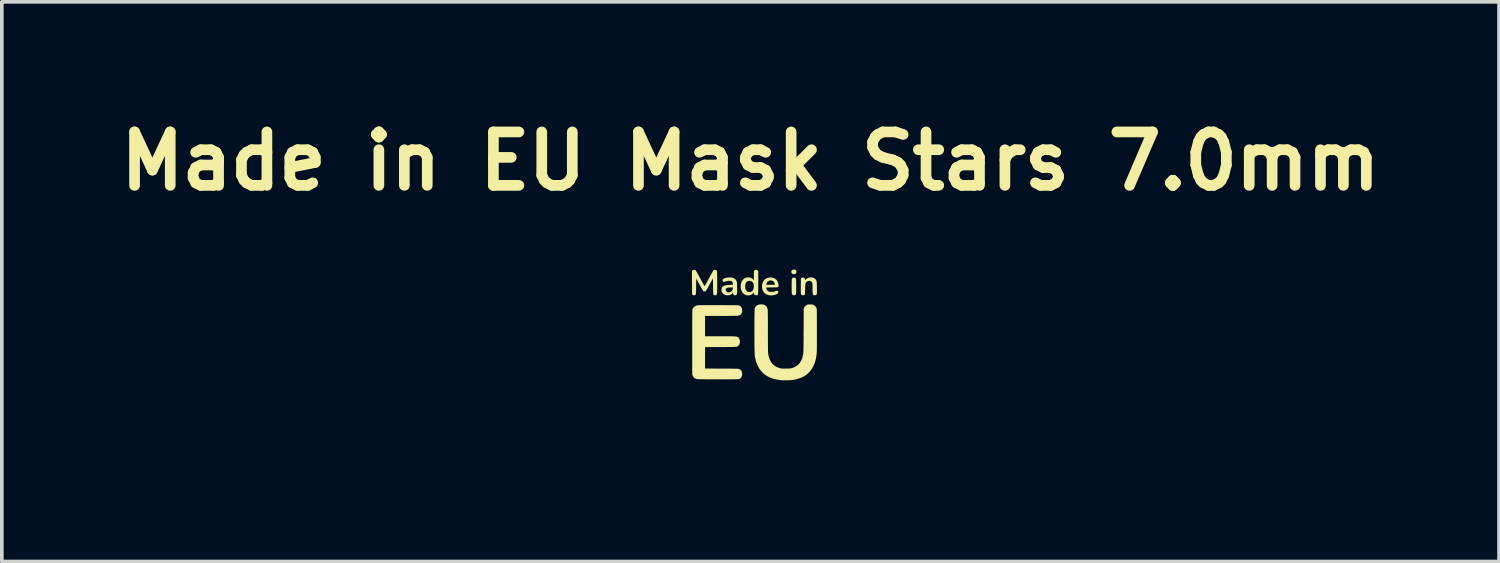
<source format=kicad_pcb>
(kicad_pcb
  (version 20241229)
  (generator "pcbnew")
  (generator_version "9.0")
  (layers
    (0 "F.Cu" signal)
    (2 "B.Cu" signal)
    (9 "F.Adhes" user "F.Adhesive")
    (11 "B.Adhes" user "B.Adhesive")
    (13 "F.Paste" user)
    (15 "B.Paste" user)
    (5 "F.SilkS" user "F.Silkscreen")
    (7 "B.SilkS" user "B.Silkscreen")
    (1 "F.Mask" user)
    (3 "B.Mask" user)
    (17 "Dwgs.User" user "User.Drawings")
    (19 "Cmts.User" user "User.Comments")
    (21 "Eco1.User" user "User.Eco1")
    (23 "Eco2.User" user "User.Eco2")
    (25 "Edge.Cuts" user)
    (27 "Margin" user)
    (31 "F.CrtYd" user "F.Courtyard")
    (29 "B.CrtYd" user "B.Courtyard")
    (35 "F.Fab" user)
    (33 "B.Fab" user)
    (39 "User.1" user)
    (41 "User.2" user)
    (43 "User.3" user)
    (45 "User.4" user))
  (footprint "Made in EU Mask Stars 7.0mm"
    (layer "F.Cu")
    (at 17.536 5.872)
    (property "Reference" "Made in EU Mask Stars 7.0mm" (at 0 -4.5 180) (layer "F.SilkS") (effects (font (size 1.466 1.466) (thickness 0.293))))
    (attr board_only exclude_from_pos_files exclude_from_bom)
    (fp_poly (pts (xy 2.573 -1.991) (xy 2.573 -1.99) (xy 2.575 -1.984) (xy 2.58 -1.968) (xy 2.588 -1.945) (xy 2.597 -1.916) (xy 2.608 -1.881) (xy 2.621 -1.842) (xy 2.635 -1.8) (xy 2.636 -1.795) (xy 2.697 -1.607) (xy 2.904 -1.605) (xy 3.111 -1.602) (xy 2.944 -1.482) (xy 2.907 -1.456) (xy 2.873 -1.432) (xy 2.843 -1.41) (xy 2.818 -1.391) (xy 2.797 -1.376) (xy 2.784 -1.366) (xy 2.777 -1.36) (xy 2.777 -1.36) (xy 2.779 -1.355) (xy 2.783 -1.34) (xy 2.79 -1.318) (xy 2.799 -1.29) (xy 2.81 -1.256) (xy 2.823 -1.217) (xy 2.836 -1.175) (xy 2.839 -1.167) (xy 2.853 -1.125) (xy 2.865 -1.085) (xy 2.876 -1.051) (xy 2.885 -1.021) (xy 2.893 -0.998) (xy 2.897 -0.982) (xy 2.899 -0.975) (xy 2.899 -0.975) (xy 2.895 -0.978) (xy 2.883 -0.986) (xy 2.864 -0.999) (xy 2.84 -1.016) (xy 2.812 -1.037) (xy 2.779 -1.06) (xy 2.743 -1.086) (xy 2.734 -1.093) (xy 2.57 -1.212) (xy 2.414 -1.098) (xy 2.371 -1.067) (xy 2.336 -1.041) (xy 2.307 -1.02) (xy 2.285 -1.004) (xy 2.268 -0.992) (xy 2.256 -0.984) (xy 2.248 -0.979) (xy 2.244 -0.977) (xy 2.242 -0.977) (xy 2.241 -0.979) (xy 2.242 -0.982) (xy 2.243 -0.983) (xy 2.259 -1.034) (xy 2.276 -1.085) (xy 2.292 -1.134) (xy 2.307 -1.181) (xy 2.32 -1.225) (xy 2.333 -1.264) (xy 2.343 -1.299) (xy 2.351 -1.327) (xy 2.357 -1.348) (xy 2.36 -1.361) (xy 2.361 -1.365) (xy 2.356 -1.368) (xy 2.343 -1.377) (xy 2.324 -1.391) (xy 2.299 -1.409) (xy 2.27 -1.43) (xy 2.237 -1.454) (xy 2.201 -1.48) (xy 2.193 -1.485) (xy 2.03 -1.602) (xy 2.237 -1.603) (xy 2.443 -1.605) (xy 2.488 -1.744) (xy 2.506 -1.801) (xy 2.522 -1.849) (xy 2.534 -1.888) (xy 2.545 -1.92) (xy 2.553 -1.945) (xy 2.56 -1.963) (xy 2.564 -1.977) (xy 2.568 -1.985) (xy 2.57 -1.99) (xy 2.572 -1.992)) (stroke (width 0) (type solid)) (fill yes) (layer "F.Mask"))
    (fp_poly (pts (xy 0.007 2.466) (xy 0.012 2.481) (xy 0.019 2.504) (xy 0.028 2.534) (xy 0.04 2.569) (xy 0.052 2.608) (xy 0.066 2.65) (xy 0.068 2.657) (xy 0.129 2.847) (xy 0.334 2.85) (xy 0.539 2.853) (xy 0.385 2.963) (xy 0.35 2.988) (xy 0.316 3.012) (xy 0.286 3.034) (xy 0.26 3.053) (xy 0.24 3.068) (xy 0.226 3.078) (xy 0.22 3.082) (xy 0.208 3.092) (xy 0.268 3.28) (xy 0.282 3.322) (xy 0.295 3.362) (xy 0.306 3.397) (xy 0.316 3.427) (xy 0.323 3.451) (xy 0.329 3.467) (xy 0.331 3.474) (xy 0.331 3.475) (xy 0.331 3.479) (xy 0.327 3.477) (xy 0.32 3.471) (xy 0.305 3.461) (xy 0.285 3.446) (xy 0.261 3.428) (xy 0.232 3.408) (xy 0.202 3.385) (xy 0.17 3.362) (xy 0.138 3.339) (xy 0.107 3.316) (xy 0.078 3.296) (xy 0.053 3.277) (xy 0.032 3.262) (xy 0.017 3.251) (xy 0.008 3.245) (xy 0.007 3.244) (xy 0.002 3.247) (xy -0.01 3.254) (xy -0.029 3.267) (xy -0.053 3.283) (xy -0.081 3.302) (xy -0.111 3.324) (xy -0.144 3.347) (xy -0.177 3.37) (xy -0.21 3.394) (xy -0.242 3.417) (xy -0.271 3.438) (xy -0.297 3.457) (xy -0.318 3.473) (xy -0.323 3.477) (xy -0.328 3.48) (xy -0.327 3.475) (xy -0.327 3.475) (xy -0.325 3.468) (xy -0.32 3.453) (xy -0.313 3.43) (xy -0.304 3.402) (xy -0.293 3.37) (xy -0.282 3.334) (xy -0.27 3.297) (xy -0.258 3.26) (xy -0.246 3.224) (xy -0.236 3.19) (xy -0.226 3.161) (xy -0.218 3.137) (xy -0.213 3.12) (xy -0.211 3.112) (xy -0.204 3.09) (xy -0.371 2.97) (xy -0.538 2.85) (xy -0.332 2.85) (xy -0.126 2.85) (xy -0.088 2.734) (xy -0.076 2.694) (xy -0.062 2.652) (xy -0.049 2.61) (xy -0.036 2.571) (xy -0.026 2.539) (xy -0.025 2.535) (xy -0.016 2.508) (xy -0.008 2.486) (xy -0.001 2.469) (xy 0.003 2.46) (xy 0.005 2.459)) (stroke (width 0) (type solid)) (fill yes) (layer "F.Mask"))
    (fp_poly (pts (xy -1.438 -2.949) (xy -1.426 -2.909) (xy -1.413 -2.869) (xy -1.4 -2.83) (xy -1.389 -2.796) (xy -1.38 -2.767) (xy -1.375 -2.752) (xy -1.354 -2.689) (xy -1.147 -2.687) (xy -0.94 -2.686) (xy -1.089 -2.579) (xy -1.124 -2.554) (xy -1.158 -2.53) (xy -1.189 -2.508) (xy -1.215 -2.489) (xy -1.236 -2.473) (xy -1.25 -2.463) (xy -1.256 -2.458) (xy -1.275 -2.444) (xy -1.214 -2.252) (xy -1.2 -2.21) (xy -1.187 -2.17) (xy -1.176 -2.135) (xy -1.167 -2.106) (xy -1.16 -2.082) (xy -1.155 -2.067) (xy -1.154 -2.06) (xy -1.154 -2.059) (xy -1.158 -2.062) (xy -1.17 -2.07) (xy -1.188 -2.083) (xy -1.213 -2.1) (xy -1.241 -2.121) (xy -1.274 -2.144) (xy -1.309 -2.17) (xy -1.313 -2.173) (xy -1.349 -2.199) (xy -1.382 -2.223) (xy -1.412 -2.245) (xy -1.437 -2.263) (xy -1.457 -2.277) (xy -1.471 -2.287) (xy -1.477 -2.291) (xy -1.477 -2.291) (xy -1.483 -2.288) (xy -1.496 -2.28) (xy -1.515 -2.268) (xy -1.54 -2.25) (xy -1.57 -2.23) (xy -1.603 -2.206) (xy -1.639 -2.18) (xy -1.645 -2.176) (xy -1.681 -2.149) (xy -1.715 -2.125) (xy -1.744 -2.104) (xy -1.77 -2.086) (xy -1.789 -2.072) (xy -1.803 -2.062) (xy -1.809 -2.058) (xy -1.809 -2.058) (xy -1.808 -2.063) (xy -1.804 -2.076) (xy -1.798 -2.098) (xy -1.789 -2.126) (xy -1.779 -2.16) (xy -1.766 -2.198) (xy -1.753 -2.24) (xy -1.75 -2.249) (xy -1.736 -2.292) (xy -1.723 -2.331) (xy -1.712 -2.367) (xy -1.703 -2.397) (xy -1.695 -2.42) (xy -1.69 -2.436) (xy -1.688 -2.443) (xy -1.688 -2.444) (xy -1.692 -2.447) (xy -1.704 -2.456) (xy -1.722 -2.47) (xy -1.746 -2.487) (xy -1.775 -2.508) (xy -1.808 -2.532) (xy -1.844 -2.558) (xy -1.855 -2.566) (xy -2.022 -2.686) (xy -1.815 -2.687) (xy -1.607 -2.689) (xy -1.558 -2.844) (xy -1.545 -2.884) (xy -1.533 -2.924) (xy -1.521 -2.96) (xy -1.511 -2.992) (xy -1.502 -3.018) (xy -1.496 -3.037) (xy -1.495 -3.04) (xy -1.481 -3.082)) (stroke (width 0) (type solid)) (fill yes) (layer "F.Mask"))
    (fp_poly (pts (xy -1.478 2.071) (xy -1.473 2.084) (xy -1.466 2.105) (xy -1.456 2.132) (xy -1.445 2.166) (xy -1.432 2.204) (xy -1.419 2.246) (xy -1.415 2.259) (xy -1.352 2.454) (xy -1.146 2.455) (xy -0.939 2.457) (xy -1.105 2.576) (xy -1.142 2.602) (xy -1.176 2.627) (xy -1.206 2.649) (xy -1.231 2.667) (xy -1.251 2.682) (xy -1.265 2.693) (xy -1.271 2.698) (xy -1.271 2.698) (xy -1.27 2.704) (xy -1.265 2.719) (xy -1.258 2.741) (xy -1.249 2.769) (xy -1.239 2.804) (xy -1.226 2.842) (xy -1.213 2.884) (xy -1.211 2.889) (xy -1.198 2.931) (xy -1.185 2.97) (xy -1.175 3.005) (xy -1.166 3.034) (xy -1.159 3.057) (xy -1.154 3.073) (xy -1.153 3.08) (xy -1.153 3.08) (xy -1.157 3.078) (xy -1.168 3.072) (xy -1.184 3.061) (xy -1.198 3.051) (xy -1.215 3.039) (xy -1.238 3.022) (xy -1.266 3.001) (xy -1.297 2.978) (xy -1.331 2.954) (xy -1.361 2.932) (xy -1.479 2.846) (xy -1.621 2.95) (xy -1.656 2.975) (xy -1.689 3) (xy -1.719 3.022) (xy -1.746 3.041) (xy -1.767 3.056) (xy -1.781 3.066) (xy -1.786 3.07) (xy -1.799 3.079) (xy -1.806 3.082) (xy -1.807 3.08) (xy -1.805 3.073) (xy -1.803 3.066) (xy -1.798 3.049) (xy -1.79 3.025) (xy -1.78 2.995) (xy -1.769 2.96) (xy -1.757 2.921) (xy -1.744 2.882) (xy -1.731 2.841) (xy -1.719 2.803) (xy -1.709 2.769) (xy -1.7 2.74) (xy -1.694 2.718) (xy -1.69 2.703) (xy -1.69 2.697) (xy -1.694 2.693) (xy -1.706 2.683) (xy -1.725 2.669) (xy -1.75 2.651) (xy -1.779 2.629) (xy -1.812 2.605) (xy -1.848 2.579) (xy -1.855 2.574) (xy -2.018 2.457) (xy -1.812 2.455) (xy -1.605 2.454) (xy -1.595 2.421) (xy -1.585 2.388) (xy -1.573 2.352) (xy -1.561 2.313) (xy -1.548 2.273) (xy -1.536 2.234) (xy -1.523 2.196) (xy -1.512 2.16) (xy -1.501 2.129) (xy -1.493 2.102) (xy -1.486 2.082) (xy -1.482 2.07) (xy -1.48 2.067)) (stroke (width 0) (type solid)) (fill yes) (layer "F.Mask"))
    (fp_poly (pts (xy 1.485 2.068) (xy 1.487 2.073) (xy 1.49 2.082) (xy 1.495 2.096) (xy 1.501 2.115) (xy 1.51 2.141) (xy 1.52 2.173) (xy 1.533 2.213) (xy 1.548 2.261) (xy 1.567 2.318) (xy 1.571 2.33) (xy 1.61 2.454) (xy 1.816 2.455) (xy 2.022 2.457) (xy 1.86 2.574) (xy 1.823 2.6) (xy 1.789 2.624) (xy 1.759 2.646) (xy 1.734 2.664) (xy 1.713 2.679) (xy 1.7 2.689) (xy 1.693 2.694) (xy 1.693 2.694) (xy 1.693 2.699) (xy 1.697 2.713) (xy 1.703 2.735) (xy 1.712 2.764) (xy 1.722 2.798) (xy 1.734 2.837) (xy 1.748 2.879) (xy 1.751 2.889) (xy 1.765 2.931) (xy 1.777 2.971) (xy 1.788 3.006) (xy 1.798 3.036) (xy 1.805 3.059) (xy 1.809 3.075) (xy 1.811 3.082) (xy 1.811 3.083) (xy 1.807 3.08) (xy 1.795 3.072) (xy 1.777 3.059) (xy 1.753 3.042) (xy 1.724 3.021) (xy 1.691 2.997) (xy 1.655 2.971) (xy 1.646 2.965) (xy 1.483 2.846) (xy 1.457 2.865) (xy 1.422 2.891) (xy 1.386 2.917) (xy 1.349 2.944) (xy 1.313 2.971) (xy 1.278 2.996) (xy 1.245 3.019) (xy 1.216 3.04) (xy 1.192 3.058) (xy 1.172 3.072) (xy 1.16 3.081) (xy 1.154 3.084) (xy 1.154 3.084) (xy 1.153 3.081) (xy 1.153 3.08) (xy 1.155 3.075) (xy 1.16 3.061) (xy 1.167 3.039) (xy 1.176 3.012) (xy 1.186 2.98) (xy 1.198 2.945) (xy 1.21 2.908) (xy 1.222 2.87) (xy 1.234 2.833) (xy 1.245 2.798) (xy 1.255 2.766) (xy 1.264 2.738) (xy 1.271 2.717) (xy 1.275 2.703) (xy 1.276 2.698) (xy 1.276 2.698) (xy 1.272 2.694) (xy 1.261 2.685) (xy 1.242 2.672) (xy 1.218 2.654) (xy 1.189 2.633) (xy 1.157 2.609) (xy 1.121 2.584) (xy 1.11 2.576) (xy 0.944 2.457) (xy 1.15 2.454) (xy 1.357 2.451) (xy 1.419 2.257) (xy 1.433 2.215) (xy 1.446 2.175) (xy 1.457 2.14) (xy 1.467 2.111) (xy 1.475 2.088) (xy 1.481 2.073) (xy 1.484 2.066) (xy 1.484 2.066)) (stroke (width 0) (type solid)) (fill yes) (layer "F.Mask"))
    (fp_poly (pts (xy 0.005 -3.472) (xy 0.01 -3.457) (xy 0.017 -3.434) (xy 0.027 -3.405) (xy 0.038 -3.371) (xy 0.05 -3.332) (xy 0.064 -3.289) (xy 0.067 -3.28) (xy 0.128 -3.087) (xy 0.334 -3.084) (xy 0.539 -3.082) (xy 0.374 -2.963) (xy 0.337 -2.937) (xy 0.304 -2.912) (xy 0.274 -2.89) (xy 0.248 -2.872) (xy 0.228 -2.857) (xy 0.215 -2.847) (xy 0.209 -2.842) (xy 0.208 -2.842) (xy 0.21 -2.837) (xy 0.214 -2.823) (xy 0.221 -2.802) (xy 0.229 -2.775) (xy 0.24 -2.743) (xy 0.251 -2.708) (xy 0.263 -2.671) (xy 0.275 -2.634) (xy 0.287 -2.596) (xy 0.298 -2.561) (xy 0.308 -2.529) (xy 0.317 -2.502) (xy 0.324 -2.48) (xy 0.328 -2.468) (xy 0.33 -2.464) (xy 0.331 -2.46) (xy 0.331 -2.458) (xy 0.33 -2.458) (xy 0.325 -2.46) (xy 0.317 -2.465) (xy 0.305 -2.473) (xy 0.288 -2.485) (xy 0.265 -2.501) (xy 0.236 -2.523) (xy 0.2 -2.549) (xy 0.177 -2.566) (xy 0.142 -2.591) (xy 0.11 -2.615) (xy 0.08 -2.636) (xy 0.055 -2.655) (xy 0.036 -2.669) (xy 0.022 -2.679) (xy 0.018 -2.682) (xy 0.001 -2.694) (xy -0.139 -2.591) (xy -0.174 -2.566) (xy -0.207 -2.542) (xy -0.237 -2.52) (xy -0.264 -2.5) (xy -0.285 -2.485) (xy -0.299 -2.474) (xy -0.304 -2.471) (xy -0.318 -2.461) (xy -0.325 -2.457) (xy -0.327 -2.458) (xy -0.326 -2.464) (xy -0.326 -2.465) (xy -0.323 -2.472) (xy -0.318 -2.488) (xy -0.311 -2.511) (xy -0.302 -2.54) (xy -0.291 -2.573) (xy -0.279 -2.609) (xy -0.267 -2.646) (xy -0.255 -2.684) (xy -0.244 -2.72) (xy -0.233 -2.754) (xy -0.223 -2.784) (xy -0.215 -2.809) (xy -0.209 -2.827) (xy -0.206 -2.836) (xy -0.206 -2.838) (xy -0.21 -2.842) (xy -0.221 -2.851) (xy -0.239 -2.866) (xy -0.263 -2.884) (xy -0.291 -2.905) (xy -0.324 -2.93) (xy -0.36 -2.956) (xy -0.37 -2.963) (xy -0.535 -3.082) (xy -0.33 -3.083) (xy -0.126 -3.085) (xy -0.088 -3.2) (xy -0.076 -3.24) (xy -0.062 -3.282) (xy -0.049 -3.324) (xy -0.036 -3.363) (xy -0.026 -3.395) (xy -0.025 -3.399) (xy -0.016 -3.426) (xy -0.008 -3.449) (xy -0.002 -3.466) (xy 0.002 -3.476) (xy 0.003 -3.477)) (stroke (width 0) (type solid)) (fill yes) (layer "F.Mask"))
    (fp_poly (pts (xy 2.572 0.981) (xy 2.577 0.994) (xy 2.584 1.015) (xy 2.593 1.043) (xy 2.604 1.077) (xy 2.617 1.115) (xy 2.63 1.157) (xy 2.634 1.168) (xy 2.697 1.362) (xy 2.904 1.365) (xy 3.112 1.368) (xy 2.949 1.485) (xy 2.913 1.511) (xy 2.879 1.535) (xy 2.848 1.557) (xy 2.823 1.576) (xy 2.802 1.59) (xy 2.788 1.6) (xy 2.781 1.605) (xy 2.781 1.605) (xy 2.781 1.611) (xy 2.785 1.626) (xy 2.791 1.648) (xy 2.8 1.679) (xy 2.811 1.715) (xy 2.824 1.757) (xy 2.839 1.803) (xy 2.852 1.846) (xy 2.865 1.886) (xy 2.876 1.921) (xy 2.886 1.951) (xy 2.893 1.975) (xy 2.898 1.991) (xy 2.9 1.998) (xy 2.9 1.999) (xy 2.896 1.996) (xy 2.884 1.987) (xy 2.866 1.974) (xy 2.842 1.957) (xy 2.813 1.936) (xy 2.781 1.912) (xy 2.745 1.886) (xy 2.736 1.879) (xy 2.694 1.849) (xy 2.66 1.824) (xy 2.633 1.805) (xy 2.611 1.79) (xy 2.595 1.779) (xy 2.583 1.771) (xy 2.574 1.767) (xy 2.568 1.765) (xy 2.564 1.765) (xy 2.561 1.766) (xy 2.555 1.771) (xy 2.541 1.781) (xy 2.52 1.796) (xy 2.495 1.814) (xy 2.465 1.836) (xy 2.431 1.86) (xy 2.398 1.885) (xy 2.363 1.91) (xy 2.33 1.934) (xy 2.302 1.954) (xy 2.278 1.971) (xy 2.259 1.984) (xy 2.247 1.992) (xy 2.243 1.995) (xy 2.244 1.989) (xy 2.248 1.975) (xy 2.255 1.954) (xy 2.263 1.925) (xy 2.274 1.891) (xy 2.286 1.853) (xy 2.3 1.811) (xy 2.303 1.803) (xy 2.316 1.76) (xy 2.329 1.721) (xy 2.34 1.686) (xy 2.349 1.656) (xy 2.356 1.633) (xy 2.361 1.617) (xy 2.362 1.61) (xy 2.362 1.609) (xy 2.358 1.605) (xy 2.346 1.596) (xy 2.329 1.584) (xy 2.308 1.569) (xy 2.299 1.562) (xy 2.276 1.546) (xy 2.248 1.525) (xy 2.215 1.501) (xy 2.18 1.476) (xy 2.146 1.452) (xy 2.134 1.443) (xy 2.029 1.368) (xy 2.237 1.365) (xy 2.445 1.362) (xy 2.506 1.171) (xy 2.52 1.128) (xy 2.533 1.089) (xy 2.544 1.053) (xy 2.554 1.023) (xy 2.562 1) (xy 2.567 0.984) (xy 2.57 0.977) (xy 2.57 0.977)) (stroke (width 0) (type solid)) (fill yes) (layer "F.Mask"))
    (fp_poly (pts (xy -2.564 0.98) (xy -2.562 0.986) (xy -2.557 1.001) (xy -2.549 1.024) (xy -2.54 1.054) (xy -2.529 1.089) (xy -2.516 1.128) (xy -2.502 1.17) (xy -2.501 1.175) (xy -2.441 1.362) (xy -2.233 1.365) (xy -2.024 1.368) (xy -2.191 1.487) (xy -2.228 1.513) (xy -2.262 1.538) (xy -2.292 1.56) (xy -2.318 1.578) (xy -2.338 1.593) (xy -2.352 1.603) (xy -2.359 1.607) (xy -2.359 1.608) (xy -2.358 1.613) (xy -2.354 1.627) (xy -2.347 1.648) (xy -2.338 1.677) (xy -2.328 1.711) (xy -2.315 1.749) (xy -2.302 1.791) (xy -2.298 1.803) (xy -2.284 1.846) (xy -2.272 1.886) (xy -2.26 1.921) (xy -2.251 1.951) (xy -2.244 1.974) (xy -2.239 1.99) (xy -2.237 1.998) (xy -2.237 1.998) (xy -2.241 1.996) (xy -2.253 1.987) (xy -2.271 1.974) (xy -2.295 1.957) (xy -2.324 1.936) (xy -2.356 1.912) (xy -2.391 1.886) (xy -2.397 1.882) (xy -2.433 1.856) (xy -2.466 1.832) (xy -2.496 1.81) (xy -2.521 1.791) (xy -2.541 1.777) (xy -2.555 1.767) (xy -2.562 1.763) (xy -2.562 1.763) (xy -2.567 1.765) (xy -2.58 1.773) (xy -2.6 1.786) (xy -2.625 1.803) (xy -2.654 1.824) (xy -2.687 1.847) (xy -2.723 1.873) (xy -2.733 1.88) (xy -2.769 1.907) (xy -2.802 1.931) (xy -2.832 1.952) (xy -2.857 1.971) (xy -2.877 1.985) (xy -2.89 1.994) (xy -2.897 1.998) (xy -2.897 1.999) (xy -2.895 1.993) (xy -2.891 1.979) (xy -2.884 1.958) (xy -2.875 1.929) (xy -2.864 1.895) (xy -2.852 1.857) (xy -2.838 1.815) (xy -2.835 1.805) (xy -2.821 1.762) (xy -2.809 1.722) (xy -2.797 1.687) (xy -2.788 1.657) (xy -2.781 1.633) (xy -2.777 1.617) (xy -2.775 1.609) (xy -2.775 1.609) (xy -2.78 1.605) (xy -2.792 1.596) (xy -2.811 1.582) (xy -2.835 1.564) (xy -2.864 1.543) (xy -2.897 1.519) (xy -2.933 1.493) (xy -2.943 1.486) (xy -3.108 1.368) (xy -2.9 1.365) (xy -2.692 1.362) (xy -2.651 1.235) (xy -2.638 1.195) (xy -2.625 1.155) (xy -2.613 1.116) (xy -2.602 1.081) (xy -2.592 1.052) (xy -2.588 1.039) (xy -2.581 1.016) (xy -2.573 0.996) (xy -2.568 0.984) (xy -2.565 0.979)) (stroke (width 0) (type solid)) (fill yes) (layer "F.Mask"))
    (fp_poly (pts (xy 1.492 -3.067) (xy 1.497 -3.052) (xy 1.504 -3.029) (xy 1.514 -2.999) (xy 1.525 -2.965) (xy 1.538 -2.926) (xy 1.551 -2.883) (xy 1.553 -2.879) (xy 1.613 -2.691) (xy 1.821 -2.688) (xy 2.028 -2.686) (xy 1.862 -2.566) (xy 1.826 -2.54) (xy 1.792 -2.516) (xy 1.761 -2.494) (xy 1.736 -2.476) (xy 1.715 -2.461) (xy 1.701 -2.451) (xy 1.695 -2.446) (xy 1.694 -2.446) (xy 1.696 -2.441) (xy 1.7 -2.427) (xy 1.706 -2.405) (xy 1.715 -2.377) (xy 1.726 -2.343) (xy 1.738 -2.305) (xy 1.752 -2.263) (xy 1.755 -2.253) (xy 1.769 -2.21) (xy 1.781 -2.171) (xy 1.792 -2.136) (xy 1.802 -2.106) (xy 1.809 -2.082) (xy 1.814 -2.066) (xy 1.815 -2.059) (xy 1.815 -2.059) (xy 1.811 -2.061) (xy 1.799 -2.069) (xy 1.781 -2.082) (xy 1.757 -2.099) (xy 1.728 -2.12) (xy 1.695 -2.144) (xy 1.66 -2.169) (xy 1.655 -2.173) (xy 1.619 -2.2) (xy 1.585 -2.224) (xy 1.555 -2.245) (xy 1.529 -2.263) (xy 1.509 -2.277) (xy 1.495 -2.286) (xy 1.488 -2.29) (xy 1.488 -2.29) (xy 1.482 -2.287) (xy 1.469 -2.278) (xy 1.449 -2.265) (xy 1.424 -2.248) (xy 1.394 -2.227) (xy 1.361 -2.203) (xy 1.325 -2.177) (xy 1.321 -2.174) (xy 1.286 -2.148) (xy 1.252 -2.124) (xy 1.223 -2.103) (xy 1.198 -2.085) (xy 1.179 -2.071) (xy 1.166 -2.062) (xy 1.16 -2.058) (xy 1.16 -2.058) (xy 1.159 -2.062) (xy 1.162 -2.072) (xy 1.169 -2.094) (xy 1.178 -2.121) (xy 1.188 -2.153) (xy 1.2 -2.189) (xy 1.212 -2.226) (xy 1.224 -2.265) (xy 1.236 -2.302) (xy 1.247 -2.338) (xy 1.258 -2.371) (xy 1.267 -2.4) (xy 1.274 -2.422) (xy 1.278 -2.438) (xy 1.28 -2.446) (xy 1.281 -2.446) (xy 1.276 -2.449) (xy 1.264 -2.458) (xy 1.246 -2.471) (xy 1.221 -2.489) (xy 1.192 -2.51) (xy 1.159 -2.533) (xy 1.123 -2.559) (xy 1.113 -2.566) (xy 0.947 -2.686) (xy 1.155 -2.688) (xy 1.362 -2.691) (xy 1.399 -2.806) (xy 1.411 -2.845) (xy 1.425 -2.887) (xy 1.438 -2.928) (xy 1.45 -2.966) (xy 1.46 -2.997) (xy 1.461 -3.001) (xy 1.47 -3.027) (xy 1.478 -3.049) (xy 1.484 -3.065) (xy 1.488 -3.073) (xy 1.49 -3.074)) (stroke (width 0) (type solid)) (fill yes) (layer "F.Mask"))
    (fp_poly (pts (xy -2.563 -1.983) (xy -2.558 -1.969) (xy -2.551 -1.947) (xy -2.542 -1.919) (xy -2.53 -1.884) (xy -2.518 -1.846) (xy -2.504 -1.804) (xy -2.501 -1.794) (xy -2.44 -1.602) (xy -2.234 -1.6) (xy -2.027 -1.597) (xy -2.194 -1.477) (xy -2.236 -1.447) (xy -2.271 -1.422) (xy -2.299 -1.401) (xy -2.32 -1.385) (xy -2.336 -1.373) (xy -2.346 -1.363) (xy -2.353 -1.356) (xy -2.356 -1.352) (xy -2.357 -1.348) (xy -2.357 -1.347) (xy -2.354 -1.339) (xy -2.349 -1.323) (xy -2.342 -1.299) (xy -2.332 -1.27) (xy -2.322 -1.237) (xy -2.31 -1.201) (xy -2.298 -1.164) (xy -2.286 -1.126) (xy -2.275 -1.09) (xy -2.264 -1.057) (xy -2.254 -1.027) (xy -2.247 -1.003) (xy -2.241 -0.986) (xy -2.238 -0.976) (xy -2.238 -0.975) (xy -2.238 -0.971) (xy -2.242 -0.972) (xy -2.247 -0.976) (xy -2.259 -0.985) (xy -2.278 -0.998) (xy -2.301 -1.015) (xy -2.329 -1.035) (xy -2.359 -1.057) (xy -2.39 -1.08) (xy -2.422 -1.103) (xy -2.454 -1.126) (xy -2.483 -1.147) (xy -2.509 -1.166) (xy -2.532 -1.182) (xy -2.548 -1.195) (xy -2.559 -1.202) (xy -2.561 -1.204) (xy -2.566 -1.202) (xy -2.579 -1.194) (xy -2.598 -1.181) (xy -2.624 -1.164) (xy -2.654 -1.143) (xy -2.688 -1.119) (xy -2.726 -1.092) (xy -2.73 -1.088) (xy -2.766 -1.062) (xy -2.8 -1.038) (xy -2.83 -1.016) (xy -2.855 -0.998) (xy -2.875 -0.983) (xy -2.889 -0.974) (xy -2.895 -0.969) (xy -2.896 -0.969) (xy -2.896 -0.973) (xy -2.895 -0.977) (xy -2.893 -0.984) (xy -2.888 -0.999) (xy -2.88 -1.022) (xy -2.871 -1.052) (xy -2.859 -1.086) (xy -2.847 -1.125) (xy -2.834 -1.166) (xy -2.82 -1.207) (xy -2.808 -1.246) (xy -2.797 -1.28) (xy -2.788 -1.309) (xy -2.78 -1.331) (xy -2.775 -1.346) (xy -2.774 -1.352) (xy -2.777 -1.356) (xy -2.788 -1.366) (xy -2.806 -1.38) (xy -2.83 -1.398) (xy -2.859 -1.419) (xy -2.892 -1.443) (xy -2.928 -1.469) (xy -2.938 -1.477) (xy -3.105 -1.597) (xy -2.899 -1.6) (xy -2.693 -1.602) (xy -2.667 -1.68) (xy -2.658 -1.71) (xy -2.646 -1.746) (xy -2.633 -1.786) (xy -2.62 -1.828) (xy -2.607 -1.868) (xy -2.605 -1.875) (xy -2.594 -1.907) (xy -2.585 -1.936) (xy -2.577 -1.96) (xy -2.57 -1.978) (xy -2.566 -1.987) (xy -2.565 -1.989)) (stroke (width 0) (type solid)) (fill yes) (layer "F.Mask"))
    (fp_poly (pts (xy -2.963 -0.502) (xy -2.958 -0.489) (xy -2.951 -0.469) (xy -2.941 -0.441) (xy -2.93 -0.408) (xy -2.917 -0.369) (xy -2.904 -0.328) (xy -2.9 -0.315) (xy -2.838 -0.12) (xy -2.632 -0.12) (xy -2.577 -0.12) (xy -2.53 -0.119) (xy -2.492 -0.119) (xy -2.462 -0.118) (xy -2.442 -0.117) (xy -2.432 -0.116) (xy -2.43 -0.115) (xy -2.435 -0.111) (xy -2.448 -0.101) (xy -2.466 -0.087) (xy -2.491 -0.069) (xy -2.52 -0.048) (xy -2.553 -0.024) (xy -2.589 0.002) (xy -2.595 0.006) (xy -2.631 0.032) (xy -2.664 0.056) (xy -2.694 0.078) (xy -2.719 0.097) (xy -2.738 0.111) (xy -2.751 0.121) (xy -2.756 0.126) (xy -2.756 0.127) (xy -2.755 0.133) (xy -2.75 0.147) (xy -2.743 0.17) (xy -2.734 0.199) (xy -2.723 0.233) (xy -2.711 0.272) (xy -2.698 0.314) (xy -2.696 0.319) (xy -2.682 0.361) (xy -2.67 0.4) (xy -2.659 0.435) (xy -2.65 0.464) (xy -2.643 0.486) (xy -2.639 0.502) (xy -2.638 0.508) (xy -2.638 0.508) (xy -2.642 0.506) (xy -2.654 0.498) (xy -2.673 0.485) (xy -2.697 0.468) (xy -2.726 0.447) (xy -2.758 0.424) (xy -2.794 0.398) (xy -2.8 0.393) (xy -2.84 0.364) (xy -2.876 0.338) (xy -2.907 0.317) (xy -2.933 0.299) (xy -2.952 0.287) (xy -2.964 0.28) (xy -2.968 0.278) (xy -2.974 0.282) (xy -2.987 0.291) (xy -3.007 0.305) (xy -3.032 0.323) (xy -3.061 0.344) (xy -3.094 0.368) (xy -3.128 0.392) (xy -3.169 0.423) (xy -3.203 0.447) (xy -3.23 0.467) (xy -3.251 0.482) (xy -3.267 0.493) (xy -3.278 0.501) (xy -3.285 0.506) (xy -3.29 0.509) (xy -3.292 0.509) (xy -3.293 0.509) (xy -3.293 0.508) (xy -3.291 0.502) (xy -3.287 0.488) (xy -3.28 0.466) (xy -3.271 0.437) (xy -3.26 0.403) (xy -3.248 0.365) (xy -3.234 0.323) (xy -3.233 0.319) (xy -3.219 0.277) (xy -3.207 0.238) (xy -3.196 0.203) (xy -3.187 0.174) (xy -3.179 0.151) (xy -3.175 0.135) (xy -3.173 0.128) (xy -3.173 0.128) (xy -3.177 0.123) (xy -3.189 0.114) (xy -3.207 0.099) (xy -3.231 0.081) (xy -3.26 0.06) (xy -3.293 0.036) (xy -3.328 0.01) (xy -3.335 0.005) (xy -3.371 -0.021) (xy -3.404 -0.045) (xy -3.434 -0.067) (xy -3.46 -0.085) (xy -3.479 -0.1) (xy -3.493 -0.11) (xy -3.499 -0.115) (xy -3.499 -0.115) (xy -3.495 -0.116) (xy -3.481 -0.117) (xy -3.459 -0.118) (xy -3.429 -0.119) (xy -3.394 -0.119) (xy -3.353 -0.12) (xy -3.308 -0.12) (xy -3.296 -0.12) (xy -3.09 -0.12) (xy -3.08 -0.152) (xy -3.069 -0.188) (xy -3.057 -0.226) (xy -3.044 -0.266) (xy -3.031 -0.307) (xy -3.018 -0.347) (xy -3.006 -0.385) (xy -2.994 -0.421) (xy -2.984 -0.451) (xy -2.976 -0.476) (xy -2.97 -0.494) (xy -2.966 -0.505) (xy -2.965 -0.506)) (stroke (width 0) (type solid)) (fill yes) (layer "F.Mask"))
    (fp_poly (pts (xy 2.967 -0.506) (xy 2.972 -0.493) (xy 2.979 -0.473) (xy 2.987 -0.447) (xy 2.997 -0.418) (xy 2.997 -0.418) (xy 3.009 -0.381) (xy 3.022 -0.338) (xy 3.037 -0.293) (xy 3.05 -0.25) (xy 3.058 -0.225) (xy 3.09 -0.125) (xy 3.296 -0.125) (xy 3.341 -0.125) (xy 3.383 -0.125) (xy 3.42 -0.124) (xy 3.451 -0.124) (xy 3.476 -0.123) (xy 3.493 -0.122) (xy 3.501 -0.121) (xy 3.501 -0.121) (xy 3.497 -0.117) (xy 3.485 -0.108) (xy 3.467 -0.094) (xy 3.443 -0.077) (xy 3.414 -0.055) (xy 3.381 -0.032) (xy 3.345 -0.006) (xy 3.337 -0.000076) (xy 3.3 0.026) (xy 3.267 0.051) (xy 3.237 0.073) (xy 3.212 0.092) (xy 3.192 0.107) (xy 3.179 0.117) (xy 3.173 0.123) (xy 3.173 0.123) (xy 3.175 0.13) (xy 3.179 0.145) (xy 3.186 0.167) (xy 3.195 0.197) (xy 3.206 0.231) (xy 3.218 0.27) (xy 3.232 0.312) (xy 3.233 0.316) (xy 3.246 0.358) (xy 3.259 0.397) (xy 3.269 0.431) (xy 3.278 0.46) (xy 3.285 0.483) (xy 3.289 0.498) (xy 3.291 0.504) (xy 3.291 0.504) (xy 3.286 0.501) (xy 3.274 0.493) (xy 3.256 0.481) (xy 3.232 0.464) (xy 3.203 0.443) (xy 3.17 0.419) (xy 3.135 0.394) (xy 3.131 0.391) (xy 3.095 0.365) (xy 3.062 0.34) (xy 3.032 0.319) (xy 3.007 0.301) (xy 2.987 0.286) (xy 2.974 0.277) (xy 2.967 0.273) (xy 2.967 0.273) (xy 2.962 0.275) (xy 2.949 0.283) (xy 2.93 0.296) (xy 2.905 0.313) (xy 2.876 0.334) (xy 2.844 0.357) (xy 2.812 0.38) (xy 2.769 0.411) (xy 2.734 0.437) (xy 2.705 0.458) (xy 2.683 0.474) (xy 2.666 0.486) (xy 2.653 0.495) (xy 2.645 0.5) (xy 2.64 0.503) (xy 2.637 0.504) (xy 2.636 0.503) (xy 2.636 0.503) (xy 2.638 0.497) (xy 2.642 0.483) (xy 2.649 0.461) (xy 2.658 0.432) (xy 2.669 0.398) (xy 2.681 0.359) (xy 2.695 0.318) (xy 2.696 0.313) (xy 2.71 0.271) (xy 2.722 0.232) (xy 2.733 0.197) (xy 2.742 0.168) (xy 2.75 0.145) (xy 2.754 0.129) (xy 2.756 0.122) (xy 2.756 0.122) (xy 2.752 0.118) (xy 2.74 0.109) (xy 2.722 0.095) (xy 2.698 0.077) (xy 2.669 0.055) (xy 2.636 0.032) (xy 2.6 0.006) (xy 2.592 0) (xy 2.556 -0.026) (xy 2.522 -0.05) (xy 2.492 -0.072) (xy 2.467 -0.091) (xy 2.447 -0.105) (xy 2.434 -0.115) (xy 2.428 -0.12) (xy 2.428 -0.121) (xy 2.433 -0.121) (xy 2.447 -0.122) (xy 2.47 -0.122) (xy 2.499 -0.122) (xy 2.535 -0.122) (xy 2.575 -0.122) (xy 2.619 -0.121) (xy 2.63 -0.121) (xy 2.682 -0.12) (xy 2.724 -0.12) (xy 2.757 -0.12) (xy 2.783 -0.12) (xy 2.802 -0.12) (xy 2.816 -0.121) (xy 2.826 -0.122) (xy 2.832 -0.123) (xy 2.835 -0.125) (xy 2.837 -0.127) (xy 2.838 -0.128) (xy 2.841 -0.135) (xy 2.846 -0.151) (xy 2.854 -0.175) (xy 2.864 -0.204) (xy 2.875 -0.24) (xy 2.888 -0.279) (xy 2.901 -0.321) (xy 2.902 -0.324) (xy 2.915 -0.366) (xy 2.928 -0.405) (xy 2.939 -0.439) (xy 2.949 -0.468) (xy 2.956 -0.49) (xy 2.962 -0.505) (xy 2.964 -0.51) (xy 2.964 -0.511)) (stroke (width 0) (type solid)) (fill yes) (layer "F.Mask"))
    (fp_poly (pts (xy 1.215 -1.525) (xy 1.238 -1.518) (xy 1.253 -1.504) (xy 1.26 -1.484) (xy 1.262 -1.465) (xy 1.257 -1.44) (xy 1.245 -1.419) (xy 1.229 -1.408) (xy 1.212 -1.403) (xy 1.189 -1.402) (xy 1.166 -1.405) (xy 1.153 -1.409) (xy 1.137 -1.422) (xy 1.126 -1.44) (xy 1.122 -1.461) (xy 1.123 -1.484) (xy 1.132 -1.503) (xy 1.139 -1.511) (xy 1.15 -1.519) (xy 1.164 -1.523) (xy 1.185 -1.526)) (stroke (width 0) (type solid)) (fill yes) (layer "F.SilkS"))
    (fp_poly (pts (xy 1.218 -1.304) (xy 1.236 -1.292) (xy 1.247 -1.273) (xy 1.251 -1.261) (xy 1.252 -1.249) (xy 1.253 -1.229) (xy 1.254 -1.202) (xy 1.254 -1.169) (xy 1.255 -1.132) (xy 1.255 -1.093) (xy 1.255 -1.052) (xy 1.255 -1.012) (xy 1.255 -0.975) (xy 1.255 -0.941) (xy 1.254 -0.912) (xy 1.253 -0.891) (xy 1.252 -0.878) (xy 1.244 -0.852) (xy 1.235 -0.839) (xy 1.224 -0.829) (xy 1.212 -0.824) (xy 1.195 -0.823) (xy 1.194 -0.823) (xy 1.172 -0.826) (xy 1.155 -0.834) (xy 1.155 -0.834) (xy 1.144 -0.846) (xy 1.136 -0.862) (xy 1.136 -0.864) (xy 1.135 -0.874) (xy 1.133 -0.894) (xy 1.132 -0.921) (xy 1.132 -0.954) (xy 1.131 -0.991) (xy 1.131 -1.03) (xy 1.131 -1.072) (xy 1.131 -1.113) (xy 1.131 -1.152) (xy 1.132 -1.188) (xy 1.133 -1.219) (xy 1.134 -1.244) (xy 1.135 -1.261) (xy 1.136 -1.267) (xy 1.146 -1.289) (xy 1.164 -1.302) (xy 1.188 -1.308) (xy 1.194 -1.308)) (stroke (width 0) (type solid)) (fill yes) (layer "F.SilkS"))
    (fp_poly (pts (xy 0.581 -1.31) (xy 0.624 -1.301) (xy 0.663 -1.284) (xy 0.698 -1.26) (xy 0.727 -1.229) (xy 0.742 -1.204) (xy 0.756 -1.171) (xy 0.766 -1.134) (xy 0.771 -1.097) (xy 0.771 -1.086) (xy 0.771 -1.074) (xy 0.77 -1.064) (xy 0.767 -1.056) (xy 0.762 -1.05) (xy 0.752 -1.046) (xy 0.738 -1.043) (xy 0.718 -1.041) (xy 0.691 -1.039) (xy 0.655 -1.039) (xy 0.611 -1.038) (xy 0.591 -1.038) (xy 0.545 -1.038) (xy 0.509 -1.037) (xy 0.481 -1.036) (xy 0.46 -1.035) (xy 0.446 -1.033) (xy 0.438 -1.03) (xy 0.434 -1.026) (xy 0.433 -1.02) (xy 0.435 -1.012) (xy 0.439 -1.002) (xy 0.441 -0.997) (xy 0.453 -0.97) (xy 0.468 -0.949) (xy 0.491 -0.933) (xy 0.497 -0.929) (xy 0.509 -0.923) (xy 0.521 -0.918) (xy 0.533 -0.916) (xy 0.55 -0.915) (xy 0.573 -0.915) (xy 0.581 -0.915) (xy 0.608 -0.915) (xy 0.627 -0.916) (xy 0.643 -0.919) (xy 0.658 -0.924) (xy 0.672 -0.93) (xy 0.699 -0.94) (xy 0.718 -0.946) (xy 0.733 -0.947) (xy 0.744 -0.943) (xy 0.753 -0.936) (xy 0.764 -0.919) (xy 0.766 -0.903) (xy 0.76 -0.886) (xy 0.746 -0.871) (xy 0.726 -0.856) (xy 0.701 -0.844) (xy 0.671 -0.833) (xy 0.638 -0.825) (xy 0.602 -0.82) (xy 0.565 -0.819) (xy 0.528 -0.821) (xy 0.502 -0.826) (xy 0.453 -0.841) (xy 0.411 -0.864) (xy 0.377 -0.894) (xy 0.35 -0.931) (xy 0.331 -0.974) (xy 0.32 -1.023) (xy 0.317 -1.065) (xy 0.321 -1.11) (xy 0.432 -1.11) (xy 0.549 -1.11) (xy 0.667 -1.11) (xy 0.667 -1.127) (xy 0.665 -1.141) (xy 0.659 -1.16) (xy 0.654 -1.171) (xy 0.636 -1.198) (xy 0.612 -1.217) (xy 0.583 -1.227) (xy 0.571 -1.228) (xy 0.534 -1.227) (xy 0.501 -1.216) (xy 0.473 -1.197) (xy 0.452 -1.17) (xy 0.438 -1.137) (xy 0.435 -1.127) (xy 0.432 -1.11) (xy 0.321 -1.11) (xy 0.321 -1.12) (xy 0.334 -1.168) (xy 0.354 -1.21) (xy 0.383 -1.245) (xy 0.42 -1.274) (xy 0.446 -1.288) (xy 0.491 -1.304) (xy 0.537 -1.311)) (stroke (width 0) (type solid)) (fill yes) (layer "F.SilkS"))
    (fp_poly (pts (xy 1.685 -1.31) (xy 1.703 -1.309) (xy 1.717 -1.306) (xy 1.731 -1.301) (xy 1.742 -1.296) (xy 1.767 -1.28) (xy 1.787 -1.26) (xy 1.803 -1.233) (xy 1.81 -1.218) (xy 1.813 -1.21) (xy 1.815 -1.202) (xy 1.817 -1.192) (xy 1.819 -1.179) (xy 1.82 -1.163) (xy 1.821 -1.141) (xy 1.821 -1.113) (xy 1.822 -1.077) (xy 1.822 -1.032) (xy 1.823 -1.022) (xy 1.824 -0.854) (xy 1.809 -0.839) (xy 1.79 -0.827) (xy 1.767 -0.822) (xy 1.743 -0.824) (xy 1.727 -0.832) (xy 1.72 -0.837) (xy 1.715 -0.844) (xy 1.711 -0.854) (xy 1.708 -0.868) (xy 1.706 -0.887) (xy 1.705 -0.913) (xy 1.704 -0.946) (xy 1.704 -0.989) (xy 1.704 -1.005) (xy 1.703 -1.049) (xy 1.703 -1.087) (xy 1.702 -1.118) (xy 1.7 -1.142) (xy 1.698 -1.157) (xy 1.698 -1.159) (xy 1.686 -1.184) (xy 1.667 -1.203) (xy 1.643 -1.215) (xy 1.635 -1.217) (xy 1.605 -1.217) (xy 1.575 -1.209) (xy 1.549 -1.196) (xy 1.537 -1.187) (xy 1.528 -1.177) (xy 1.52 -1.168) (xy 1.515 -1.158) (xy 1.51 -1.145) (xy 1.507 -1.13) (xy 1.505 -1.109) (xy 1.503 -1.082) (xy 1.502 -1.048) (xy 1.501 -1.004) (xy 1.501 -0.991) (xy 1.5 -0.949) (xy 1.499 -0.916) (xy 1.498 -0.891) (xy 1.497 -0.873) (xy 1.496 -0.86) (xy 1.494 -0.851) (xy 1.492 -0.845) (xy 1.489 -0.841) (xy 1.487 -0.839) (xy 1.47 -0.828) (xy 1.447 -0.822) (xy 1.424 -0.824) (xy 1.414 -0.826) (xy 1.405 -0.829) (xy 1.398 -0.833) (xy 1.393 -0.84) (xy 1.389 -0.85) (xy 1.385 -0.865) (xy 1.383 -0.885) (xy 1.382 -0.911) (xy 1.381 -0.943) (xy 1.381 -0.984) (xy 1.382 -1.034) (xy 1.382 -1.074) (xy 1.382 -1.126) (xy 1.383 -1.169) (xy 1.383 -1.203) (xy 1.384 -1.23) (xy 1.384 -1.25) (xy 1.385 -1.265) (xy 1.387 -1.275) (xy 1.388 -1.283) (xy 1.39 -1.287) (xy 1.393 -1.291) (xy 1.393 -1.292) (xy 1.41 -1.303) (xy 1.432 -1.309) (xy 1.452 -1.309) (xy 1.474 -1.301) (xy 1.489 -1.285) (xy 1.497 -1.262) (xy 1.497 -1.26) (xy 1.501 -1.236) (xy 1.522 -1.258) (xy 1.541 -1.275) (xy 1.564 -1.29) (xy 1.575 -1.295) (xy 1.591 -1.302) (xy 1.606 -1.307) (xy 1.622 -1.309) (xy 1.643 -1.31) (xy 1.659 -1.31)) (stroke (width 0) (type solid)) (fill yes) (layer "F.SilkS"))
    (fp_poly (pts (xy 0.173 -1.517) (xy 0.192 -1.507) (xy 0.199 -1.501) (xy 0.214 -1.485) (xy 0.214 -1.175) (xy 0.214 -1.108) (xy 0.214 -1.05) (xy 0.213 -1.002) (xy 0.213 -0.961) (xy 0.212 -0.928) (xy 0.212 -0.902) (xy 0.21 -0.881) (xy 0.209 -0.865) (xy 0.206 -0.853) (xy 0.204 -0.844) (xy 0.2 -0.838) (xy 0.196 -0.834) (xy 0.192 -0.831) (xy 0.187 -0.828) (xy 0.172 -0.824) (xy 0.152 -0.823) (xy 0.132 -0.824) (xy 0.12 -0.828) (xy 0.109 -0.839) (xy 0.1 -0.856) (xy 0.094 -0.875) (xy 0.094 -0.884) (xy 0.094 -0.899) (xy 0.077 -0.879) (xy 0.05 -0.853) (xy 0.015 -0.834) (xy -0.023 -0.822) (xy -0.064 -0.818) (xy -0.106 -0.823) (xy -0.115 -0.825) (xy -0.155 -0.841) (xy -0.19 -0.866) (xy -0.22 -0.898) (xy -0.243 -0.938) (xy -0.259 -0.984) (xy -0.26 -0.987) (xy -0.264 -1.01) (xy -0.266 -1.038) (xy -0.266 -1.065) (xy -0.143 -1.065) (xy -0.143 -1.038) (xy -0.142 -1.018) (xy -0.139 -1.003) (xy -0.135 -0.99) (xy -0.131 -0.982) (xy -0.113 -0.951) (xy -0.09 -0.93) (xy -0.063 -0.917) (xy -0.029 -0.912) (xy -0.026 -0.912) (xy -0.002 -0.914) (xy 0.02 -0.92) (xy 0.023 -0.922) (xy 0.051 -0.94) (xy 0.071 -0.966) (xy 0.085 -1) (xy 0.092 -1.042) (xy 0.093 -1.05) (xy 0.092 -1.097) (xy 0.084 -1.137) (xy 0.069 -1.169) (xy 0.047 -1.194) (xy 0.026 -1.207) (xy -0.003 -1.217) (xy -0.034 -1.219) (xy -0.064 -1.213) (xy -0.091 -1.201) (xy -0.108 -1.187) (xy -0.124 -1.166) (xy -0.134 -1.142) (xy -0.141 -1.112) (xy -0.143 -1.075) (xy -0.143 -1.065) (xy -0.266 -1.065) (xy -0.266 -1.07) (xy -0.265 -1.102) (xy -0.263 -1.129) (xy -0.26 -1.144) (xy -0.244 -1.191) (xy -0.221 -1.231) (xy -0.191 -1.264) (xy -0.156 -1.29) (xy -0.144 -1.295) (xy -0.128 -1.302) (xy -0.113 -1.307) (xy -0.097 -1.309) (xy -0.077 -1.31) (xy -0.06 -1.31) (xy -0.035 -1.31) (xy -0.017 -1.309) (xy -0.003 -1.306) (xy 0.011 -1.301) (xy 0.023 -1.295) (xy 0.043 -1.282) (xy 0.063 -1.267) (xy 0.073 -1.256) (xy 0.094 -1.233) (xy 0.094 -1.356) (xy 0.094 -1.403) (xy 0.095 -1.441) (xy 0.096 -1.468) (xy 0.098 -1.486) (xy 0.1 -1.492) (xy 0.112 -1.507) (xy 0.13 -1.517) (xy 0.151 -1.52)) (stroke (width 0) (type solid)) (fill yes) (layer "F.SilkS"))
    (fp_poly (pts (xy -0.55 -1.311) (xy -0.501 -1.305) (xy -0.46 -1.292) (xy -0.426 -1.271) (xy -0.4 -1.244) (xy -0.381 -1.209) (xy -0.38 -1.206) (xy -0.376 -1.196) (xy -0.374 -1.186) (xy -0.371 -1.174) (xy -0.37 -1.16) (xy -0.368 -1.141) (xy -0.367 -1.117) (xy -0.367 -1.085) (xy -0.366 -1.044) (xy -0.366 -1.04) (xy -0.365 -0.988) (xy -0.365 -0.945) (xy -0.366 -0.911) (xy -0.367 -0.884) (xy -0.37 -0.864) (xy -0.374 -0.849) (xy -0.38 -0.838) (xy -0.387 -0.831) (xy -0.397 -0.827) (xy -0.406 -0.824) (xy -0.432 -0.822) (xy -0.453 -0.83) (xy -0.469 -0.846) (xy -0.478 -0.87) (xy -0.479 -0.877) (xy -0.482 -0.899) (xy -0.493 -0.879) (xy -0.514 -0.855) (xy -0.541 -0.837) (xy -0.575 -0.825) (xy -0.614 -0.82) (xy -0.655 -0.822) (xy -0.662 -0.823) (xy -0.694 -0.832) (xy -0.723 -0.847) (xy -0.752 -0.871) (xy -0.754 -0.873) (xy -0.771 -0.891) (xy -0.781 -0.908) (xy -0.789 -0.928) (xy -0.789 -0.929) (xy -0.795 -0.967) (xy -0.795 -0.974) (xy -0.676 -0.974) (xy -0.674 -0.954) (xy -0.671 -0.945) (xy -0.654 -0.923) (xy -0.631 -0.908) (xy -0.602 -0.902) (xy -0.57 -0.905) (xy -0.561 -0.907) (xy -0.534 -0.92) (xy -0.511 -0.94) (xy -0.494 -0.968) (xy -0.485 -0.999) (xy -0.484 -1.011) (xy -0.482 -1.039) (xy -0.542 -1.038) (xy -0.586 -1.035) (xy -0.621 -1.03) (xy -0.647 -1.022) (xy -0.663 -1.012) (xy -0.664 -1.011) (xy -0.673 -0.995) (xy -0.676 -0.974) (xy -0.795 -0.974) (xy -0.792 -1.003) (xy -0.782 -1.031) (xy -0.772 -1.048) (xy -0.759 -1.061) (xy -0.742 -1.072) (xy -0.724 -1.081) (xy -0.703 -1.089) (xy -0.679 -1.095) (xy -0.65 -1.101) (xy -0.615 -1.104) (xy -0.572 -1.107) (xy -0.553 -1.108) (xy -0.479 -1.111) (xy -0.482 -1.141) (xy -0.488 -1.169) (xy -0.497 -1.19) (xy -0.512 -1.205) (xy -0.517 -1.209) (xy -0.534 -1.215) (xy -0.558 -1.219) (xy -0.587 -1.219) (xy -0.618 -1.216) (xy -0.649 -1.211) (xy -0.676 -1.203) (xy -0.679 -1.202) (xy -0.706 -1.192) (xy -0.725 -1.189) (xy -0.739 -1.19) (xy -0.75 -1.197) (xy -0.756 -1.202) (xy -0.764 -1.221) (xy -0.764 -1.241) (xy -0.756 -1.26) (xy -0.747 -1.269) (xy -0.728 -1.281) (xy -0.7 -1.291) (xy -0.667 -1.3) (xy -0.631 -1.307) (xy -0.595 -1.311) (xy -0.56 -1.312)) (stroke (width 0) (type solid)) (fill yes) (layer "F.SilkS"))
    (fp_poly (pts (xy -0.949 -1.516) (xy -0.932 -1.508) (xy -0.921 -1.492) (xy -0.917 -1.48) (xy -0.916 -1.472) (xy -0.915 -1.454) (xy -0.915 -1.428) (xy -0.914 -1.396) (xy -0.913 -1.357) (xy -0.913 -1.314) (xy -0.912 -1.268) (xy -0.912 -1.219) (xy -0.912 -1.17) (xy -0.912 -1.12) (xy -0.912 -1.072) (xy -0.912 -1.026) (xy -0.912 -0.984) (xy -0.913 -0.946) (xy -0.913 -0.915) (xy -0.914 -0.891) (xy -0.914 -0.875) (xy -0.915 -0.87) (xy -0.923 -0.846) (xy -0.938 -0.83) (xy -0.959 -0.822) (xy -0.984 -0.823) (xy -0.989 -0.824) (xy -0.997 -0.827) (xy -1.004 -0.829) (xy -1.009 -0.834) (xy -1.014 -0.84) (xy -1.017 -0.85) (xy -1.02 -0.864) (xy -1.022 -0.883) (xy -1.023 -0.908) (xy -1.024 -0.94) (xy -1.025 -0.98) (xy -1.026 -1.029) (xy -1.026 -1.071) (xy -1.029 -1.286) (xy -1.105 -1.147) (xy -1.132 -1.098) (xy -1.154 -1.056) (xy -1.173 -1.023) (xy -1.188 -0.996) (xy -1.2 -0.975) (xy -1.21 -0.959) (xy -1.218 -0.947) (xy -1.224 -0.939) (xy -1.229 -0.934) (xy -1.234 -0.931) (xy -1.239 -0.929) (xy -1.242 -0.928) (xy -1.267 -0.925) (xy -1.287 -0.932) (xy -1.296 -0.94) (xy -1.301 -0.947) (xy -1.31 -0.962) (xy -1.323 -0.984) (xy -1.339 -1.012) (xy -1.358 -1.044) (xy -1.378 -1.08) (xy -1.397 -1.115) (xy -1.487 -1.279) (xy -1.49 -1.068) (xy -1.491 -1.012) (xy -1.491 -0.966) (xy -1.492 -0.928) (xy -1.494 -0.898) (xy -1.495 -0.875) (xy -1.498 -0.857) (xy -1.502 -0.844) (xy -1.506 -0.836) (xy -1.512 -0.83) (xy -1.52 -0.826) (xy -1.53 -0.823) (xy -1.541 -0.821) (xy -1.542 -0.821) (xy -1.553 -0.821) (xy -1.566 -0.824) (xy -1.581 -0.831) (xy -1.592 -0.839) (xy -1.594 -0.842) (xy -1.596 -0.845) (xy -1.597 -0.851) (xy -1.599 -0.858) (xy -1.6 -0.869) (xy -1.601 -0.884) (xy -1.601 -0.904) (xy -1.602 -0.93) (xy -1.602 -0.962) (xy -1.603 -1.002) (xy -1.603 -1.049) (xy -1.603 -1.106) (xy -1.604 -1.167) (xy -1.605 -1.484) (xy -1.59 -1.502) (xy -1.58 -1.512) (xy -1.57 -1.517) (xy -1.556 -1.519) (xy -1.545 -1.519) (xy -1.527 -1.518) (xy -1.515 -1.515) (xy -1.505 -1.507) (xy -1.501 -1.503) (xy -1.496 -1.495) (xy -1.486 -1.479) (xy -1.472 -1.456) (xy -1.455 -1.427) (xy -1.436 -1.392) (xy -1.414 -1.354) (xy -1.391 -1.312) (xy -1.373 -1.278) (xy -1.35 -1.235) (xy -1.328 -1.195) (xy -1.308 -1.159) (xy -1.291 -1.128) (xy -1.276 -1.103) (xy -1.266 -1.085) (xy -1.259 -1.074) (xy -1.256 -1.071) (xy -1.253 -1.076) (xy -1.246 -1.089) (xy -1.234 -1.11) (xy -1.219 -1.137) (xy -1.202 -1.169) (xy -1.182 -1.206) (xy -1.16 -1.247) (xy -1.143 -1.278) (xy -1.119 -1.321) (xy -1.097 -1.362) (xy -1.076 -1.4) (xy -1.057 -1.433) (xy -1.041 -1.461) (xy -1.029 -1.482) (xy -1.02 -1.496) (xy -1.017 -1.501) (xy -1.007 -1.511) (xy -0.998 -1.517) (xy -0.985 -1.519) (xy -0.973 -1.519)) (stroke (width 0) (type solid)) (fill yes) (layer "F.SilkS"))
    (fp_poly (pts (xy 0.337 -0.57) (xy 0.357 -0.567) (xy 0.375 -0.561) (xy 0.388 -0.555) (xy 0.419 -0.535) (xy 0.444 -0.508) (xy 0.461 -0.475) (xy 0.472 -0.434) (xy 0.474 -0.421) (xy 0.475 -0.41) (xy 0.475 -0.39) (xy 0.476 -0.36) (xy 0.477 -0.322) (xy 0.477 -0.276) (xy 0.478 -0.222) (xy 0.478 -0.163) (xy 0.479 -0.097) (xy 0.479 -0.026) (xy 0.479 0.049) (xy 0.479 0.129) (xy 0.479 0.169) (xy 0.479 0.276) (xy 0.479 0.373) (xy 0.48 0.459) (xy 0.48 0.535) (xy 0.481 0.6) (xy 0.481 0.655) (xy 0.482 0.699) (xy 0.483 0.733) (xy 0.484 0.757) (xy 0.485 0.768) (xy 0.498 0.845) (xy 0.519 0.914) (xy 0.546 0.976) (xy 0.581 1.03) (xy 0.622 1.077) (xy 0.67 1.116) (xy 0.725 1.147) (xy 0.745 1.156) (xy 0.775 1.167) (xy 0.801 1.176) (xy 0.827 1.182) (xy 0.855 1.186) (xy 0.886 1.189) (xy 0.924 1.19) (xy 0.969 1.19) (xy 1.019 1.19) (xy 1.061 1.188) (xy 1.096 1.184) (xy 1.128 1.178) (xy 1.158 1.169) (xy 1.188 1.157) (xy 1.217 1.144) (xy 1.265 1.116) (xy 1.306 1.085) (xy 1.341 1.049) (xy 1.349 1.038) (xy 1.379 0.993) (xy 1.404 0.945) (xy 1.423 0.891) (xy 1.439 0.829) (xy 1.444 0.803) (xy 1.446 0.794) (xy 1.448 0.785) (xy 1.449 0.775) (xy 1.45 0.764) (xy 1.451 0.751) (xy 1.452 0.737) (xy 1.453 0.719) (xy 1.454 0.698) (xy 1.454 0.672) (xy 1.455 0.642) (xy 1.456 0.607) (xy 1.456 0.565) (xy 1.456 0.517) (xy 1.457 0.462) (xy 1.457 0.398) (xy 1.458 0.327) (xy 1.458 0.246) (xy 1.458 0.155) (xy 1.459 0.143) (xy 1.461 -0.456) (xy 1.474 -0.483) (xy 1.493 -0.514) (xy 1.52 -0.54) (xy 1.552 -0.559) (xy 1.564 -0.564) (xy 1.578 -0.568) (xy 1.594 -0.569) (xy 1.617 -0.57) (xy 1.639 -0.57) (xy 1.667 -0.57) (xy 1.687 -0.569) (xy 1.702 -0.567) (xy 1.715 -0.564) (xy 1.727 -0.559) (xy 1.759 -0.539) (xy 1.786 -0.513) (xy 1.806 -0.482) (xy 1.809 -0.474) (xy 1.821 -0.445) (xy 1.823 0.122) (xy 1.823 0.23) (xy 1.823 0.328) (xy 1.823 0.415) (xy 1.823 0.493) (xy 1.822 0.56) (xy 1.822 0.618) (xy 1.821 0.667) (xy 1.821 0.707) (xy 1.82 0.737) (xy 1.819 0.759) (xy 1.818 0.763) (xy 1.806 0.866) (xy 1.785 0.962) (xy 1.757 1.052) (xy 1.72 1.135) (xy 1.678 1.206) (xy 1.659 1.233) (xy 1.633 1.264) (xy 1.603 1.295) (xy 1.573 1.325) (xy 1.544 1.351) (xy 1.532 1.36) (xy 1.477 1.396) (xy 1.414 1.428) (xy 1.344 1.456) (xy 1.268 1.479) (xy 1.188 1.496) (xy 1.119 1.505) (xy 1.095 1.507) (xy 1.063 1.509) (xy 1.025 1.51) (xy 0.985 1.51) (xy 0.943 1.51) (xy 0.903 1.51) (xy 0.867 1.509) (xy 0.836 1.507) (xy 0.815 1.505) (xy 0.717 1.489) (xy 0.626 1.466) (xy 0.542 1.437) (xy 0.466 1.4) (xy 0.398 1.356) (xy 0.337 1.304) (xy 0.283 1.245) (xy 0.237 1.179) (xy 0.197 1.106) (xy 0.165 1.025) (xy 0.162 1.018) (xy 0.149 0.976) (xy 0.139 0.936) (xy 0.13 0.894) (xy 0.122 0.847) (xy 0.117 0.805) (xy 0.116 0.789) (xy 0.115 0.764) (xy 0.114 0.731) (xy 0.113 0.69) (xy 0.112 0.642) (xy 0.111 0.589) (xy 0.11 0.531) (xy 0.11 0.468) (xy 0.109 0.402) (xy 0.109 0.333) (xy 0.109 0.263) (xy 0.109 0.191) (xy 0.109 0.12) (xy 0.109 0.049) (xy 0.109 -0.021) (xy 0.109 -0.088) (xy 0.11 -0.152) (xy 0.11 -0.213) (xy 0.111 -0.268) (xy 0.112 -0.318) (xy 0.112 -0.362) (xy 0.113 -0.399) (xy 0.115 -0.427) (xy 0.116 -0.447) (xy 0.117 -0.458) (xy 0.117 -0.458) (xy 0.132 -0.495) (xy 0.154 -0.525) (xy 0.183 -0.548) (xy 0.219 -0.564) (xy 0.263 -0.571) (xy 0.31 -0.572)) (stroke (width 0) (type solid)) (fill yes) (layer "F.SilkS"))
    (fp_poly (pts (xy -0.967 -0.551) (xy -0.87 -0.551) (xy -0.783 -0.551) (xy -0.706 -0.551) (xy -0.637 -0.55) (xy -0.578 -0.55) (xy -0.526 -0.55) (xy -0.482 -0.55) (xy -0.444 -0.549) (xy -0.413 -0.549) (xy -0.387 -0.548) (xy -0.366 -0.548) (xy -0.349 -0.547) (xy -0.336 -0.546) (xy -0.326 -0.545) (xy -0.319 -0.544) (xy -0.313 -0.543) (xy -0.308 -0.541) (xy -0.304 -0.54) (xy -0.302 -0.539) (xy -0.273 -0.52) (xy -0.251 -0.494) (xy -0.235 -0.464) (xy -0.226 -0.429) (xy -0.225 -0.393) (xy -0.231 -0.357) (xy -0.246 -0.323) (xy -0.255 -0.308) (xy -0.275 -0.287) (xy -0.301 -0.272) (xy -0.334 -0.263) (xy -0.345 -0.261) (xy -0.356 -0.26) (xy -0.378 -0.259) (xy -0.41 -0.258) (xy -0.451 -0.257) (xy -0.501 -0.257) (xy -0.559 -0.256) (xy -0.626 -0.256) (xy -0.7 -0.255) (xy -0.782 -0.255) (xy -0.811 -0.255) (xy -1.245 -0.255) (xy -1.245 0.023) (xy -1.245 0.302) (xy -0.835 0.302) (xy -0.756 0.302) (xy -0.686 0.302) (xy -0.625 0.303) (xy -0.573 0.303) (xy -0.528 0.303) (xy -0.49 0.304) (xy -0.459 0.305) (xy -0.433 0.306) (xy -0.411 0.308) (xy -0.394 0.31) (xy -0.381 0.312) (xy -0.37 0.315) (xy -0.361 0.318) (xy -0.353 0.321) (xy -0.346 0.326) (xy -0.342 0.328) (xy -0.319 0.35) (xy -0.302 0.379) (xy -0.292 0.413) (xy -0.289 0.451) (xy -0.292 0.485) (xy -0.298 0.512) (xy -0.305 0.531) (xy -0.317 0.548) (xy -0.329 0.561) (xy -0.335 0.567) (xy -0.341 0.573) (xy -0.347 0.577) (xy -0.354 0.581) (xy -0.362 0.585) (xy -0.372 0.588) (xy -0.385 0.59) (xy -0.402 0.592) (xy -0.423 0.594) (xy -0.449 0.595) (xy -0.481 0.596) (xy -0.519 0.596) (xy -0.564 0.597) (xy -0.617 0.597) (xy -0.679 0.598) (xy -0.749 0.598) (xy -0.819 0.598) (xy -1.245 0.6) (xy -1.245 0.894) (xy -1.245 1.188) (xy -0.791 1.189) (xy -0.706 1.19) (xy -0.632 1.19) (xy -0.567 1.19) (xy -0.51 1.191) (xy -0.462 1.191) (xy -0.422 1.192) (xy -0.389 1.193) (xy -0.363 1.194) (xy -0.343 1.194) (xy -0.329 1.195) (xy -0.32 1.197) (xy -0.317 1.197) (xy -0.288 1.212) (xy -0.262 1.233) (xy -0.242 1.259) (xy -0.24 1.263) (xy -0.233 1.279) (xy -0.229 1.293) (xy -0.227 1.311) (xy -0.227 1.334) (xy -0.228 1.357) (xy -0.23 1.379) (xy -0.233 1.396) (xy -0.234 1.398) (xy -0.247 1.423) (xy -0.266 1.446) (xy -0.29 1.465) (xy -0.302 1.471) (xy -0.306 1.473) (xy -0.31 1.475) (xy -0.315 1.476) (xy -0.321 1.477) (xy -0.33 1.478) (xy -0.341 1.479) (xy -0.355 1.48) (xy -0.374 1.481) (xy -0.397 1.481) (xy -0.424 1.481) (xy -0.458 1.482) (xy -0.498 1.482) (xy -0.545 1.482) (xy -0.599 1.483) (xy -0.662 1.483) (xy -0.733 1.483) (xy -0.814 1.483) (xy -0.881 1.483) (xy -0.957 1.483) (xy -1.031 1.483) (xy -1.101 1.483) (xy -1.167 1.483) (xy -1.228 1.483) (xy -1.283 1.482) (xy -1.333 1.482) (xy -1.375 1.481) (xy -1.409 1.481) (xy -1.435 1.48) (xy -1.452 1.48) (xy -1.459 1.479) (xy -1.499 1.468) (xy -1.532 1.451) (xy -1.557 1.427) (xy -1.578 1.396) (xy -1.58 1.392) (xy -1.597 1.357) (xy -1.597 0.469) (xy -1.597 0.356) (xy -1.597 0.253) (xy -1.597 0.16) (xy -1.597 0.076) (xy -1.597 -0.000377) (xy -1.597 -0.068) (xy -1.597 -0.128) (xy -1.596 -0.182) (xy -1.596 -0.228) (xy -1.596 -0.269) (xy -1.596 -0.303) (xy -1.595 -0.333) (xy -1.595 -0.357) (xy -1.594 -0.378) (xy -1.594 -0.395) (xy -1.593 -0.408) (xy -1.592 -0.419) (xy -1.591 -0.427) (xy -1.59 -0.433) (xy -1.589 -0.438) (xy -1.588 -0.442) (xy -1.587 -0.445) (xy -1.568 -0.479) (xy -1.542 -0.507) (xy -1.508 -0.529) (xy -1.469 -0.543) (xy -1.45 -0.547) (xy -1.438 -0.548) (xy -1.415 -0.549) (xy -1.382 -0.55) (xy -1.338 -0.55) (xy -1.285 -0.551) (xy -1.221 -0.551) (xy -1.146 -0.551) (xy -1.062 -0.551)) (stroke (width 0) (type solid)) (fill yes) (layer "F.SilkS")))
  (gr_rect
    (start -3 -3)
    (end 38.072 12.352)
    (stroke (width 0.1) (type default))
    (fill no)
    (layer "Edge.Cuts")))
</source>
